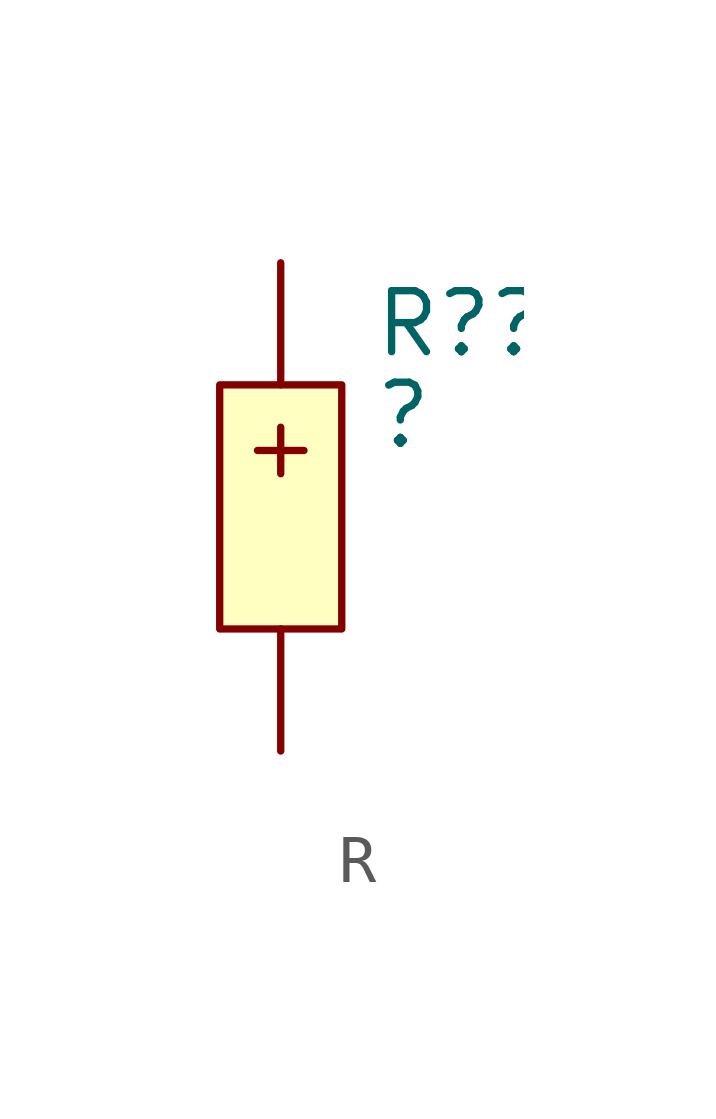
<source format=kicad_sym>
(kicad_symbol_lib
  (version 20241209)
  (generator "kicad_symbol_editor")
  (generator_version "9.0")
  (symbol "R"
    (pin_numbers
      (hide yes))
    (pin_names
      (offset 1.016)
      (hide yes))
    (property "Reference" "R?"
      (at 1.905 3.81 0)
      (effects (font (size 1.27 1.27)) (justify left)))
    (property "Value" "?"
      (at 1.905 1.905 0)
      (effects (font (size 1.27 1.27)) (justify left)))
    (symbol "R_0_0"
      (text "+" (at 0 1.27 0) (effects (font (size 1.27 1.27)))))
    (symbol "R_1_0"
      (pin passive line (at 0 5.08 270) (length 2.54) (name "1" (effects (font (size 1.27 1.27)))) (number "1" (effects (font (size 1.27 1.27)))))
      (pin passive line (at 0 -5.08 90) (length 2.54) (name "2" (effects (font (size 1.27 1.27)))) (number "2" (effects (font (size 1.27 1.27))))))
    (symbol "R_1_1"
      (rectangle (start -1.27 2.54) (end 1.27 -2.54) (stroke (width 0) (type solid)) (fill (type background))))))
</source>
